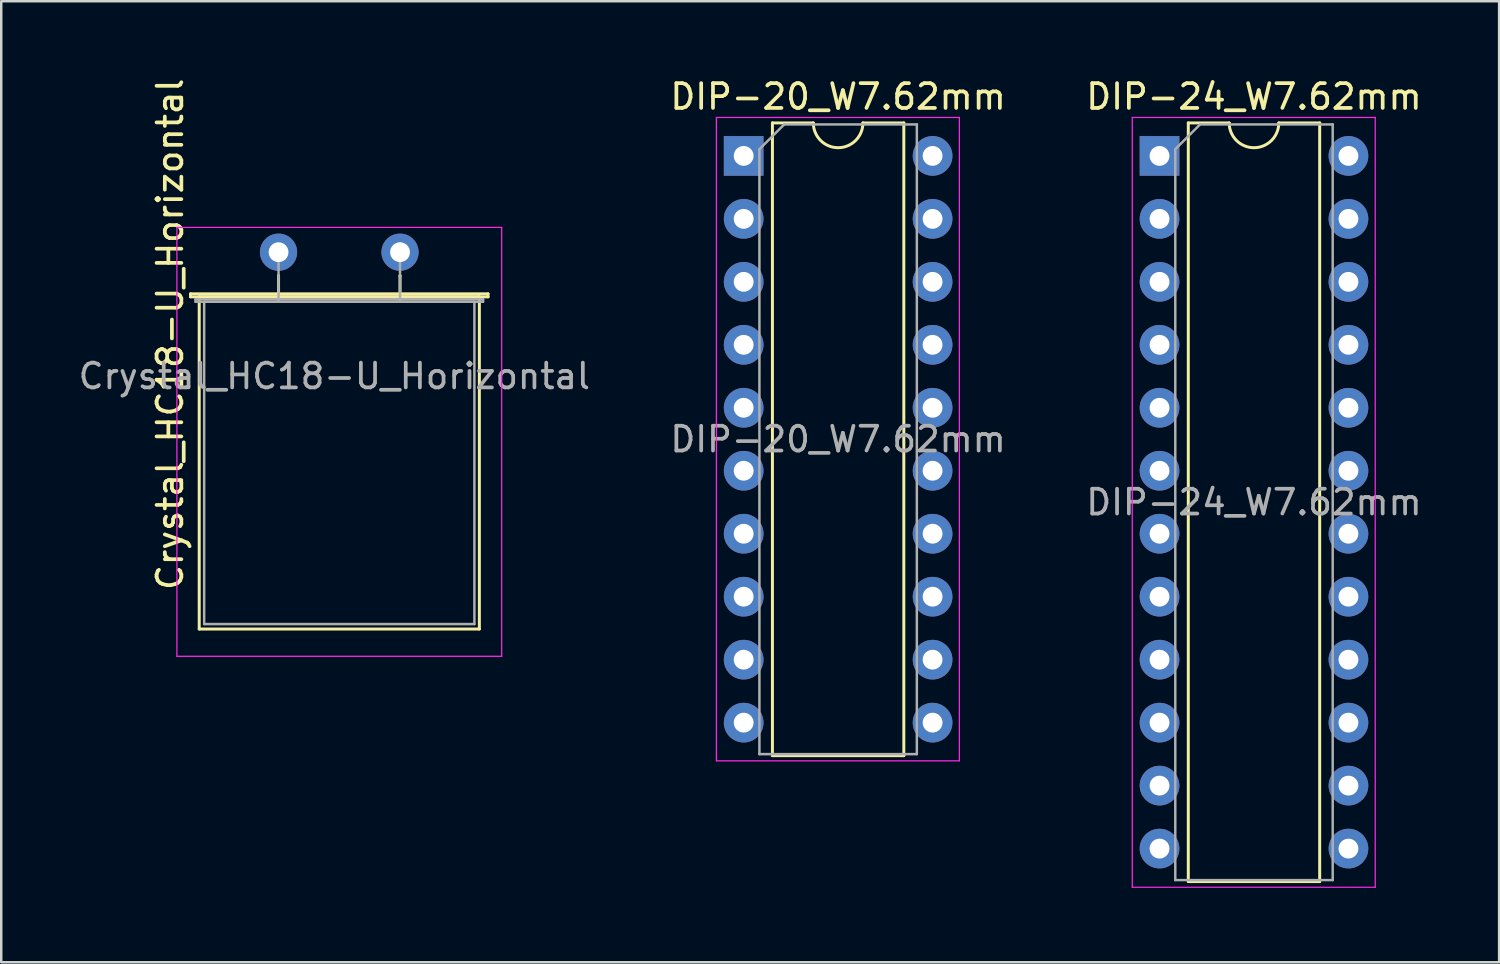
<source format=kicad_pcb>
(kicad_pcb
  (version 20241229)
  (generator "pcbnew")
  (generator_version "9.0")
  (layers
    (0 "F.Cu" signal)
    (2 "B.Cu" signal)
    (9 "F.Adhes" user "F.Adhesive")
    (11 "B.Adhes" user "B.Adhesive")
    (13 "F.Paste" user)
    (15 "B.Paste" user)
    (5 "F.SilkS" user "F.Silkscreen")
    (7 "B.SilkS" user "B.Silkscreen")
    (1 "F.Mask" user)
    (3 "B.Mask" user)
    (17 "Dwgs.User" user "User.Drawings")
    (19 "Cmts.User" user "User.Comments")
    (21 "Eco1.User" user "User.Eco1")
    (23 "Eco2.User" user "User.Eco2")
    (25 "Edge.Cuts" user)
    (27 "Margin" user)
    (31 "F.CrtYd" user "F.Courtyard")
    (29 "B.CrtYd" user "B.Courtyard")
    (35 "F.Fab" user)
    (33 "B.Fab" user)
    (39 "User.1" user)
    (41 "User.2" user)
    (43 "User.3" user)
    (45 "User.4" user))
  (footprint "DIP-24_W7.62mm"
    (layer "F.Cu")
    (at 43.72 3.238)
    (property "Reference" "DIP-24_W7.62mm" (at 3.81 -2.39 0) (layer "F.SilkS") (effects (font (size 1 1) (thickness 0.15))))
    (attr through_hole)
    (fp_line (start 1.16 -1.33) (end 1.16 29.27) (stroke (width 0.12) (type solid)) (layer "F.SilkS"))
    (fp_line (start 1.16 29.27) (end 6.46 29.27) (stroke (width 0.12) (type solid)) (layer "F.SilkS"))
    (fp_line (start 2.81 -1.33) (end 1.16 -1.33) (stroke (width 0.12) (type solid)) (layer "F.SilkS"))
    (fp_line (start 6.46 -1.33) (end 4.81 -1.33) (stroke (width 0.12) (type solid)) (layer "F.SilkS"))
    (fp_line (start 6.46 29.27) (end 6.46 -1.33) (stroke (width 0.12) (type solid)) (layer "F.SilkS"))
    (fp_arc (start 4.81 -1.33) (mid 3.81 -0.33) (end 2.81 -1.33) (stroke (width 0.12) (type solid)) (layer "F.SilkS"))
    (fp_line (start -1.1 -1.55) (end -1.1 29.5) (stroke (width 0.05) (type solid)) (layer "F.CrtYd"))
    (fp_line (start -1.1 29.5) (end 8.7 29.5) (stroke (width 0.05) (type solid)) (layer "F.CrtYd"))
    (fp_line (start 8.7 -1.55) (end -1.1 -1.55) (stroke (width 0.05) (type solid)) (layer "F.CrtYd"))
    (fp_line (start 8.7 29.5) (end 8.7 -1.55) (stroke (width 0.05) (type solid)) (layer "F.CrtYd"))
    (fp_line (start 0.635 -0.27) (end 1.635 -1.27) (stroke (width 0.1) (type solid)) (layer "F.Fab"))
    (fp_line (start 0.635 29.21) (end 0.635 -0.27) (stroke (width 0.1) (type solid)) (layer "F.Fab"))
    (fp_line (start 1.635 -1.27) (end 6.985 -1.27) (stroke (width 0.1) (type solid)) (layer "F.Fab"))
    (fp_line (start 6.985 -1.27) (end 6.985 29.21) (stroke (width 0.1) (type solid)) (layer "F.Fab"))
    (fp_line (start 6.985 29.21) (end 0.635 29.21) (stroke (width 0.1) (type solid)) (layer "F.Fab"))
    (fp_text user "${REFERENCE}" (at 3.81 13.97 0) (layer "F.Fab") (effects (font (size 1 1) (thickness 0.15))))
    (pad "1" thru_hole rect (at 0 0) (size 1.6 1.6) (drill 0.8) (layers "*.Cu" "*.Mask"))
    (pad "2" thru_hole oval (at 0 2.54) (size 1.6 1.6) (drill 0.8) (layers "*.Cu" "*.Mask"))
    (pad "3" thru_hole oval (at 0 5.08) (size 1.6 1.6) (drill 0.8) (layers "*.Cu" "*.Mask"))
    (pad "4" thru_hole oval (at 0 7.62) (size 1.6 1.6) (drill 0.8) (layers "*.Cu" "*.Mask"))
    (pad "5" thru_hole oval (at 0 10.16) (size 1.6 1.6) (drill 0.8) (layers "*.Cu" "*.Mask"))
    (pad "6" thru_hole oval (at 0 12.7) (size 1.6 1.6) (drill 0.8) (layers "*.Cu" "*.Mask"))
    (pad "7" thru_hole oval (at 0 15.24) (size 1.6 1.6) (drill 0.8) (layers "*.Cu" "*.Mask"))
    (pad "8" thru_hole oval (at 0 17.78) (size 1.6 1.6) (drill 0.8) (layers "*.Cu" "*.Mask"))
    (pad "9" thru_hole oval (at 0 20.32) (size 1.6 1.6) (drill 0.8) (layers "*.Cu" "*.Mask"))
    (pad "10" thru_hole oval (at 0 22.86) (size 1.6 1.6) (drill 0.8) (layers "*.Cu" "*.Mask"))
    (pad "11" thru_hole oval (at 0 25.4) (size 1.6 1.6) (drill 0.8) (layers "*.Cu" "*.Mask"))
    (pad "12" thru_hole oval (at 0 27.94) (size 1.6 1.6) (drill 0.8) (layers "*.Cu" "*.Mask"))
    (pad "13" thru_hole oval (at 7.62 27.94) (size 1.6 1.6) (drill 0.8) (layers "*.Cu" "*.Mask"))
    (pad "14" thru_hole oval (at 7.62 25.4) (size 1.6 1.6) (drill 0.8) (layers "*.Cu" "*.Mask"))
    (pad "15" thru_hole oval (at 7.62 22.86) (size 1.6 1.6) (drill 0.8) (layers "*.Cu" "*.Mask"))
    (pad "16" thru_hole oval (at 7.62 20.32) (size 1.6 1.6) (drill 0.8) (layers "*.Cu" "*.Mask"))
    (pad "17" thru_hole oval (at 7.62 17.78) (size 1.6 1.6) (drill 0.8) (layers "*.Cu" "*.Mask"))
    (pad "18" thru_hole oval (at 7.62 15.24) (size 1.6 1.6) (drill 0.8) (layers "*.Cu" "*.Mask"))
    (pad "19" thru_hole oval (at 7.62 12.7) (size 1.6 1.6) (drill 0.8) (layers "*.Cu" "*.Mask"))
    (pad "20" thru_hole oval (at 7.62 10.16) (size 1.6 1.6) (drill 0.8) (layers "*.Cu" "*.Mask"))
    (pad "21" thru_hole oval (at 7.62 7.62) (size 1.6 1.6) (drill 0.8) (layers "*.Cu" "*.Mask"))
    (pad "22" thru_hole oval (at 7.62 5.08) (size 1.6 1.6) (drill 0.8) (layers "*.Cu" "*.Mask"))
    (pad "23" thru_hole oval (at 7.62 2.54) (size 1.6 1.6) (drill 0.8) (layers "*.Cu" "*.Mask"))
    (pad "24" thru_hole oval (at 7.62 0) (size 1.6 1.6) (drill 0.8) (layers "*.Cu" "*.Mask")))
  (footprint "DIP-20_W7.62mm"
    (layer "F.Cu")
    (at 26.946 3.238)
    (property "Reference" "DIP-20_W7.62mm" (at 3.81 -2.39 0) (layer "F.SilkS") (effects (font (size 1 1) (thickness 0.15))))
    (attr through_hole)
    (fp_line (start 1.16 -1.33) (end 1.16 24.19) (stroke (width 0.12) (type solid)) (layer "F.SilkS"))
    (fp_line (start 1.16 24.19) (end 6.46 24.19) (stroke (width 0.12) (type solid)) (layer "F.SilkS"))
    (fp_line (start 2.81 -1.33) (end 1.16 -1.33) (stroke (width 0.12) (type solid)) (layer "F.SilkS"))
    (fp_line (start 6.46 -1.33) (end 4.81 -1.33) (stroke (width 0.12) (type solid)) (layer "F.SilkS"))
    (fp_line (start 6.46 24.19) (end 6.46 -1.33) (stroke (width 0.12) (type solid)) (layer "F.SilkS"))
    (fp_arc (start 4.81 -1.33) (mid 3.81 -0.33) (end 2.81 -1.33) (stroke (width 0.12) (type solid)) (layer "F.SilkS"))
    (fp_line (start -1.1 -1.55) (end -1.1 24.4) (stroke (width 0.05) (type solid)) (layer "F.CrtYd"))
    (fp_line (start -1.1 24.4) (end 8.7 24.4) (stroke (width 0.05) (type solid)) (layer "F.CrtYd"))
    (fp_line (start 8.7 -1.55) (end -1.1 -1.55) (stroke (width 0.05) (type solid)) (layer "F.CrtYd"))
    (fp_line (start 8.7 24.4) (end 8.7 -1.55) (stroke (width 0.05) (type solid)) (layer "F.CrtYd"))
    (fp_line (start 0.635 -0.27) (end 1.635 -1.27) (stroke (width 0.1) (type solid)) (layer "F.Fab"))
    (fp_line (start 0.635 24.13) (end 0.635 -0.27) (stroke (width 0.1) (type solid)) (layer "F.Fab"))
    (fp_line (start 1.635 -1.27) (end 6.985 -1.27) (stroke (width 0.1) (type solid)) (layer "F.Fab"))
    (fp_line (start 6.985 -1.27) (end 6.985 24.13) (stroke (width 0.1) (type solid)) (layer "F.Fab"))
    (fp_line (start 6.985 24.13) (end 0.635 24.13) (stroke (width 0.1) (type solid)) (layer "F.Fab"))
    (fp_text user "${REFERENCE}" (at 3.81 11.43 0) (layer "F.Fab") (effects (font (size 1 1) (thickness 0.15))))
    (pad "1" thru_hole rect (at 0 0) (size 1.6 1.6) (drill 0.8) (layers "*.Cu" "*.Mask"))
    (pad "2" thru_hole oval (at 0 2.54) (size 1.6 1.6) (drill 0.8) (layers "*.Cu" "*.Mask"))
    (pad "3" thru_hole oval (at 0 5.08) (size 1.6 1.6) (drill 0.8) (layers "*.Cu" "*.Mask"))
    (pad "4" thru_hole oval (at 0 7.62) (size 1.6 1.6) (drill 0.8) (layers "*.Cu" "*.Mask"))
    (pad "5" thru_hole oval (at 0 10.16) (size 1.6 1.6) (drill 0.8) (layers "*.Cu" "*.Mask"))
    (pad "6" thru_hole oval (at 0 12.7) (size 1.6 1.6) (drill 0.8) (layers "*.Cu" "*.Mask"))
    (pad "7" thru_hole oval (at 0 15.24) (size 1.6 1.6) (drill 0.8) (layers "*.Cu" "*.Mask"))
    (pad "8" thru_hole oval (at 0 17.78) (size 1.6 1.6) (drill 0.8) (layers "*.Cu" "*.Mask"))
    (pad "9" thru_hole oval (at 0 20.32) (size 1.6 1.6) (drill 0.8) (layers "*.Cu" "*.Mask"))
    (pad "10" thru_hole oval (at 0 22.86) (size 1.6 1.6) (drill 0.8) (layers "*.Cu" "*.Mask"))
    (pad "11" thru_hole oval (at 7.62 22.86) (size 1.6 1.6) (drill 0.8) (layers "*.Cu" "*.Mask"))
    (pad "12" thru_hole oval (at 7.62 20.32) (size 1.6 1.6) (drill 0.8) (layers "*.Cu" "*.Mask"))
    (pad "13" thru_hole oval (at 7.62 17.78) (size 1.6 1.6) (drill 0.8) (layers "*.Cu" "*.Mask"))
    (pad "14" thru_hole oval (at 7.62 15.24) (size 1.6 1.6) (drill 0.8) (layers "*.Cu" "*.Mask"))
    (pad "15" thru_hole oval (at 7.62 12.7) (size 1.6 1.6) (drill 0.8) (layers "*.Cu" "*.Mask"))
    (pad "16" thru_hole oval (at 7.62 10.16) (size 1.6 1.6) (drill 0.8) (layers "*.Cu" "*.Mask"))
    (pad "17" thru_hole oval (at 7.62 7.62) (size 1.6 1.6) (drill 0.8) (layers "*.Cu" "*.Mask"))
    (pad "18" thru_hole oval (at 7.62 5.08) (size 1.6 1.6) (drill 0.8) (layers "*.Cu" "*.Mask"))
    (pad "19" thru_hole oval (at 7.62 2.54) (size 1.6 1.6) (drill 0.8) (layers "*.Cu" "*.Mask"))
    (pad "20" thru_hole oval (at 7.62 0) (size 1.6 1.6) (drill 0.8) (layers "*.Cu" "*.Mask")))
  (footprint "Crystal_HC18-U_Horizontal"
    (layer "F.Cu")
    (at 8.185 7.122)
    (property "Reference" "Crystal_HC18-U_Horizontal" (at -4.375 3.312 90) (layer "F.SilkS") (effects (font (size 1 1) (thickness 0.15))))
    (attr through_hole)
    (fp_line (start -3.55 1.68) (end 8.45 1.68) (stroke (width 0.12) (type solid)) (layer "F.SilkS"))
    (fp_line (start -3.55 1.8) (end -3.55 1.68) (stroke (width 0.12) (type solid)) (layer "F.SilkS"))
    (fp_line (start -3.2 1.8) (end -3.2 15.2) (stroke (width 0.12) (type solid)) (layer "F.SilkS"))
    (fp_line (start -3.2 15.2) (end 8.1 15.2) (stroke (width 0.12) (type solid)) (layer "F.SilkS"))
    (fp_line (start 0 0.95) (end 0 0.95) (stroke (width 0.12) (type solid)) (layer "F.SilkS"))
    (fp_line (start 0 1.8) (end 0 0.95) (stroke (width 0.12) (type solid)) (layer "F.SilkS"))
    (fp_line (start 4.9 0.95) (end 4.9 0.95) (stroke (width 0.12) (type solid)) (layer "F.SilkS"))
    (fp_line (start 4.9 1.8) (end 4.9 0.95) (stroke (width 0.12) (type solid)) (layer "F.SilkS"))
    (fp_line (start 8.1 1.8) (end -3.2 1.8) (stroke (width 0.12) (type solid)) (layer "F.SilkS"))
    (fp_line (start 8.1 15.2) (end 8.1 1.8) (stroke (width 0.12) (type solid)) (layer "F.SilkS"))
    (fp_line (start 8.45 1.68) (end 8.45 1.8) (stroke (width 0.12) (type solid)) (layer "F.SilkS"))
    (fp_line (start 8.45 1.8) (end -3.55 1.8) (stroke (width 0.12) (type solid)) (layer "F.SilkS"))
    (fp_line (start -4.1 -1) (end -4.1 16.3) (stroke (width 0.05) (type solid)) (layer "F.CrtYd"))
    (fp_line (start -4.1 16.3) (end 9 16.3) (stroke (width 0.05) (type solid)) (layer "F.CrtYd"))
    (fp_line (start 9 -1) (end -4.1 -1) (stroke (width 0.05) (type solid)) (layer "F.CrtYd"))
    (fp_line (start 9 16.3) (end 9 -1) (stroke (width 0.05) (type solid)) (layer "F.CrtYd"))
    (fp_line (start -3.35 1.9) (end 8.25 1.9) (stroke (width 0.1) (type solid)) (layer "F.Fab"))
    (fp_line (start -3.35 2) (end -3.35 1.9) (stroke (width 0.1) (type solid)) (layer "F.Fab"))
    (fp_line (start -3 2) (end -3 15) (stroke (width 0.1) (type solid)) (layer "F.Fab"))
    (fp_line (start -3 15) (end 7.9 15) (stroke (width 0.1) (type solid)) (layer "F.Fab"))
    (fp_line (start 0 1) (end 0 0) (stroke (width 0.1) (type solid)) (layer "F.Fab"))
    (fp_line (start 0 2) (end 0 1) (stroke (width 0.1) (type solid)) (layer "F.Fab"))
    (fp_line (start 4.9 1) (end 4.9 0) (stroke (width 0.1) (type solid)) (layer "F.Fab"))
    (fp_line (start 4.9 2) (end 4.9 1) (stroke (width 0.1) (type solid)) (layer "F.Fab"))
    (fp_line (start 7.9 2) (end -3 2) (stroke (width 0.1) (type solid)) (layer "F.Fab"))
    (fp_line (start 7.9 15) (end 7.9 2) (stroke (width 0.1) (type solid)) (layer "F.Fab"))
    (fp_line (start 8.25 1.9) (end 8.25 2) (stroke (width 0.1) (type solid)) (layer "F.Fab"))
    (fp_line (start 8.25 2) (end -3.35 2) (stroke (width 0.1) (type solid)) (layer "F.Fab"))
    (fp_text user "${REFERENCE}" (at 2.25 5 0) (layer "F.Fab") (effects (font (size 1 1) (thickness 0.15))))
    (pad "1" thru_hole circle (at 0 0) (size 1.5 1.5) (drill 0.8) (layers "*.Cu" "*.Mask"))
    (pad "2" thru_hole circle (at 4.9 0) (size 1.5 1.5) (drill 0.8) (layers "*.Cu" "*.Mask")))
  (gr_rect
    (start -3 -3)
    (end 57.417 35.763)
    (stroke (width 0.1) (type default))
    (fill no)
    (layer "Edge.Cuts")))
</source>
